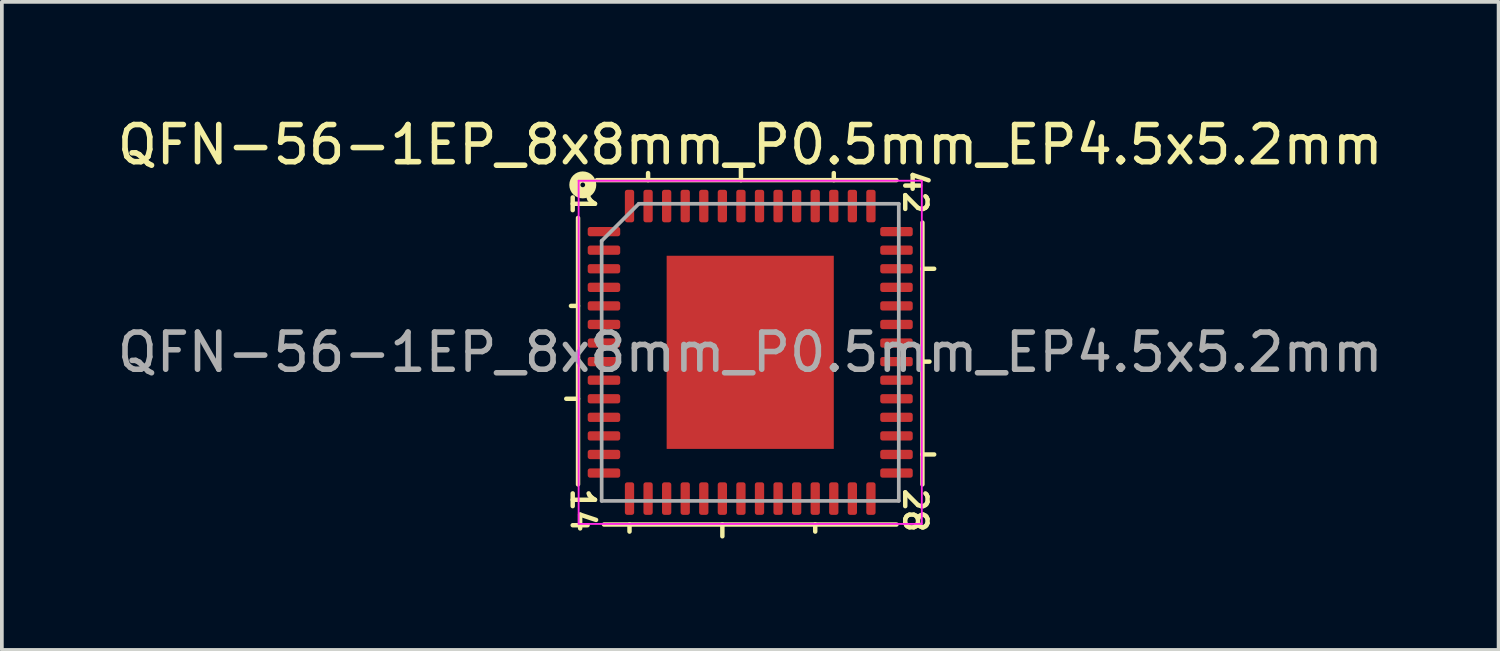
<source format=kicad_pcb>
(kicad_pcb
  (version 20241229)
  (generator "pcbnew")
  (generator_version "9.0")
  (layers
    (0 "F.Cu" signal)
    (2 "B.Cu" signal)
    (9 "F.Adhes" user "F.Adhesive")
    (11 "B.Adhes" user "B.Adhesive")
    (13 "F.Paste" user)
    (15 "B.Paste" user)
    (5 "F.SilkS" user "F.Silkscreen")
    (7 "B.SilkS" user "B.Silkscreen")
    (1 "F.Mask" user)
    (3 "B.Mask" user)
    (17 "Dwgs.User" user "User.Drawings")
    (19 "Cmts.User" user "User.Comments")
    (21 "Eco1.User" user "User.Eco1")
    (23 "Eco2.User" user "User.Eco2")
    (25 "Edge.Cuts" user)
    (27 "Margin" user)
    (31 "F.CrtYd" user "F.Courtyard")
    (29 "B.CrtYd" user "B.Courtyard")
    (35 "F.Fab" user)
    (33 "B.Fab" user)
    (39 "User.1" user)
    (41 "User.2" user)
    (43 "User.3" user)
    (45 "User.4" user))
  (footprint "QFN-56-1EP_8x8mm_P0.5mm_EP4.5x5.2mm"
    (layer "F.Cu")
    (at 17.149 6.436)
    (property "Reference" "QFN-56-1EP_8x8mm_P0.5mm_EP4.5x5.2mm" (at 0 -5.588 0) (layer "F.SilkS") (effects (font (size 1 1) (thickness 0.15))))
    (attr smd)
    (fp_line (start -4.636 -3.619) (end -4.636 3.556) (stroke (width 0.12) (type solid)) (layer "F.SilkS"))
    (fp_line (start -4.636 -1.25) (end -4.826 -1.25) (stroke (width 0.12) (type solid)) (layer "F.SilkS"))
    (fp_line (start -4.636 1.25) (end -4.953 1.25) (stroke (width 0.12) (type solid)) (layer "F.SilkS"))
    (fp_line (start -3.937 4.636) (end 3.937 4.636) (stroke (width 0.12) (type solid)) (layer "F.SilkS"))
    (fp_line (start -3.25 4.826) (end -3.25 4.636) (stroke (width 0.12) (type solid)) (layer "F.SilkS"))
    (fp_line (start -2.75 -4.636) (end -2.75 -4.826) (stroke (width 0.12) (type solid)) (layer "F.SilkS"))
    (fp_line (start -0.75 4.953) (end -0.75 4.636) (stroke (width 0.12) (type solid)) (layer "F.SilkS"))
    (fp_line (start -0.25 -4.636) (end -0.25 -4.953) (stroke (width 0.12) (type solid)) (layer "F.SilkS"))
    (fp_line (start 1.75 4.826) (end 1.75 4.636) (stroke (width 0.12) (type solid)) (layer "F.SilkS"))
    (fp_line (start 2.25 -4.636) (end 2.25 -4.826) (stroke (width 0.12) (type solid)) (layer "F.SilkS"))
    (fp_line (start 3.937 -4.636) (end -4.128 -4.636) (stroke (width 0.12) (type solid)) (layer "F.SilkS"))
    (fp_line (start 4.636 -2.25) (end 4.953 -2.25) (stroke (width 0.12) (type solid)) (layer "F.SilkS"))
    (fp_line (start 4.636 0.25) (end 4.826 0.25) (stroke (width 0.12) (type solid)) (layer "F.SilkS"))
    (fp_line (start 4.636 2.75) (end 4.953 2.75) (stroke (width 0.12) (type solid)) (layer "F.SilkS"))
    (fp_line (start 4.636 3.556) (end 4.636 -3.493) (stroke (width 0.12) (type solid)) (layer "F.SilkS"))
    (fp_circle (center -4.508 -4.508) (end -4.445 -4.508) (stroke (width 0.3) (type solid)) (fill no) (layer "F.SilkS"))
    (fp_line (start -4.62 -4.62) (end -4.62 4.62) (stroke (width 0.05) (type solid)) (layer "F.CrtYd"))
    (fp_line (start -4.62 4.62) (end 4.62 4.62) (stroke (width 0.05) (type solid)) (layer "F.CrtYd"))
    (fp_line (start 4.62 -4.62) (end -4.62 -4.62) (stroke (width 0.05) (type solid)) (layer "F.CrtYd"))
    (fp_line (start 4.62 4.62) (end 4.62 -4.62) (stroke (width 0.05) (type solid)) (layer "F.CrtYd"))
    (fp_line (start -4 -3) (end -3 -4) (stroke (width 0.1) (type solid)) (layer "F.Fab"))
    (fp_line (start -4 4) (end -4 -3) (stroke (width 0.1) (type solid)) (layer "F.Fab"))
    (fp_line (start -3 -4) (end 4 -4) (stroke (width 0.1) (type solid)) (layer "F.Fab"))
    (fp_line (start 4 -4) (end 4 4) (stroke (width 0.1) (type solid)) (layer "F.Fab"))
    (fp_line (start 4 4) (end -4 4) (stroke (width 0.1) (type solid)) (layer "F.Fab"))
    (fp_text user "28" (at 4.445 4.255 270) (unlocked yes) (layer "F.SilkS") (effects (font (size 0.6 0.6) (thickness 0.12))))
    (fp_text user "14" (at -4.508 4.255 270) (unlocked yes) (layer "F.SilkS") (effects (font (size 0.6 0.6) (thickness 0.12))))
    (fp_text user "42" (at 4.445 -4.318 270) (unlocked yes) (layer "F.SilkS") (effects (font (size 0.6 0.6) (thickness 0.12))))
    (fp_text user "1" (at -4.508 -4 270) (unlocked yes) (layer "F.SilkS") (effects (font (size 0.6 0.6) (thickness 0.12))))
    (fp_text user "${REFERENCE}" (at 0 0 0) (layer "F.Fab") (effects (font (size 1 1) (thickness 0.15))))
    (pad "" smd roundrect (at -1.68 -1.95) (size 0.91 1.05) (layers "F.Paste") (roundrect_rratio 0.25))
    (pad "" smd roundrect (at -1.68 -0.65) (size 0.91 1.05) (layers "F.Paste") (roundrect_rratio 0.25))
    (pad "" smd roundrect (at -1.68 0.65) (size 0.91 1.05) (layers "F.Paste") (roundrect_rratio 0.25))
    (pad "" smd roundrect (at -1.68 1.95) (size 0.91 1.05) (layers "F.Paste") (roundrect_rratio 0.25))
    (pad "" smd roundrect (at -0.56 -1.95) (size 0.91 1.05) (layers "F.Paste") (roundrect_rratio 0.25))
    (pad "" smd roundrect (at -0.56 -0.65) (size 0.91 1.05) (layers "F.Paste") (roundrect_rratio 0.25))
    (pad "" smd roundrect (at -0.56 0.65) (size 0.91 1.05) (layers "F.Paste") (roundrect_rratio 0.25))
    (pad "" smd roundrect (at -0.56 1.95) (size 0.91 1.05) (layers "F.Paste") (roundrect_rratio 0.25))
    (pad "" smd roundrect (at 0.56 -1.95) (size 0.91 1.05) (layers "F.Paste") (roundrect_rratio 0.25))
    (pad "" smd roundrect (at 0.56 -0.65) (size 0.91 1.05) (layers "F.Paste") (roundrect_rratio 0.25))
    (pad "" smd roundrect (at 0.56 0.65) (size 0.91 1.05) (layers "F.Paste") (roundrect_rratio 0.25))
    (pad "" smd roundrect (at 0.56 1.95) (size 0.91 1.05) (layers "F.Paste") (roundrect_rratio 0.25))
    (pad "" smd roundrect (at 1.68 -1.95) (size 0.91 1.05) (layers "F.Paste") (roundrect_rratio 0.25))
    (pad "" smd roundrect (at 1.68 -0.65) (size 0.91 1.05) (layers "F.Paste") (roundrect_rratio 0.25))
    (pad "" smd roundrect (at 1.68 0.65) (size 0.91 1.05) (layers "F.Paste") (roundrect_rratio 0.25))
    (pad "" smd roundrect (at 1.68 1.95) (size 0.91 1.05) (layers "F.Paste") (roundrect_rratio 0.25))
    (pad "1" smd roundrect (at -3.938 -3.25) (size 0.875 0.25) (layers "F.Cu" "F.Mask" "F.Paste") (roundrect_rratio 0.25))
    (pad "2" smd roundrect (at -3.938 -2.75) (size 0.875 0.25) (layers "F.Cu" "F.Mask" "F.Paste") (roundrect_rratio 0.25))
    (pad "3" smd roundrect (at -3.938 -2.25) (size 0.875 0.25) (layers "F.Cu" "F.Mask" "F.Paste") (roundrect_rratio 0.25))
    (pad "4" smd roundrect (at -3.938 -1.75) (size 0.875 0.25) (layers "F.Cu" "F.Mask" "F.Paste") (roundrect_rratio 0.25))
    (pad "5" smd roundrect (at -3.938 -1.25) (size 0.875 0.25) (layers "F.Cu" "F.Mask" "F.Paste") (roundrect_rratio 0.25))
    (pad "6" smd roundrect (at -3.938 -0.75) (size 0.875 0.25) (layers "F.Cu" "F.Mask" "F.Paste") (roundrect_rratio 0.25))
    (pad "7" smd roundrect (at -3.938 -0.25) (size 0.875 0.25) (layers "F.Cu" "F.Mask" "F.Paste") (roundrect_rratio 0.25))
    (pad "8" smd roundrect (at -3.938 0.25) (size 0.875 0.25) (layers "F.Cu" "F.Mask" "F.Paste") (roundrect_rratio 0.25))
    (pad "9" smd roundrect (at -3.938 0.75) (size 0.875 0.25) (layers "F.Cu" "F.Mask" "F.Paste") (roundrect_rratio 0.25))
    (pad "10" smd roundrect (at -3.938 1.25) (size 0.875 0.25) (layers "F.Cu" "F.Mask" "F.Paste") (roundrect_rratio 0.25))
    (pad "11" smd roundrect (at -3.938 1.75) (size 0.875 0.25) (layers "F.Cu" "F.Mask" "F.Paste") (roundrect_rratio 0.25))
    (pad "12" smd roundrect (at -3.938 2.25) (size 0.875 0.25) (layers "F.Cu" "F.Mask" "F.Paste") (roundrect_rratio 0.25))
    (pad "13" smd roundrect (at -3.938 2.75) (size 0.875 0.25) (layers "F.Cu" "F.Mask" "F.Paste") (roundrect_rratio 0.25))
    (pad "14" smd roundrect (at -3.938 3.25) (size 0.875 0.25) (layers "F.Cu" "F.Mask" "F.Paste") (roundrect_rratio 0.25))
    (pad "15" smd roundrect (at -3.25 3.938) (size 0.25 0.875) (layers "F.Cu" "F.Mask" "F.Paste") (roundrect_rratio 0.25))
    (pad "16" smd roundrect (at -2.75 3.938) (size 0.25 0.875) (layers "F.Cu" "F.Mask" "F.Paste") (roundrect_rratio 0.25))
    (pad "17" smd roundrect (at -2.25 3.938) (size 0.25 0.875) (layers "F.Cu" "F.Mask" "F.Paste") (roundrect_rratio 0.25))
    (pad "18" smd roundrect (at -1.75 3.938) (size 0.25 0.875) (layers "F.Cu" "F.Mask" "F.Paste") (roundrect_rratio 0.25))
    (pad "19" smd roundrect (at -1.25 3.938) (size 0.25 0.875) (layers "F.Cu" "F.Mask" "F.Paste") (roundrect_rratio 0.25))
    (pad "20" smd roundrect (at -0.75 3.938) (size 0.25 0.875) (layers "F.Cu" "F.Mask" "F.Paste") (roundrect_rratio 0.25))
    (pad "21" smd roundrect (at -0.25 3.938) (size 0.25 0.875) (layers "F.Cu" "F.Mask" "F.Paste") (roundrect_rratio 0.25))
    (pad "22" smd roundrect (at 0.25 3.938) (size 0.25 0.875) (layers "F.Cu" "F.Mask" "F.Paste") (roundrect_rratio 0.25))
    (pad "23" smd roundrect (at 0.75 3.938) (size 0.25 0.875) (layers "F.Cu" "F.Mask" "F.Paste") (roundrect_rratio 0.25))
    (pad "24" smd roundrect (at 1.25 3.938) (size 0.25 0.875) (layers "F.Cu" "F.Mask" "F.Paste") (roundrect_rratio 0.25))
    (pad "25" smd roundrect (at 1.75 3.938) (size 0.25 0.875) (layers "F.Cu" "F.Mask" "F.Paste") (roundrect_rratio 0.25))
    (pad "26" smd roundrect (at 2.25 3.938) (size 0.25 0.875) (layers "F.Cu" "F.Mask" "F.Paste") (roundrect_rratio 0.25))
    (pad "27" smd roundrect (at 2.75 3.938) (size 0.25 0.875) (layers "F.Cu" "F.Mask" "F.Paste") (roundrect_rratio 0.25))
    (pad "28" smd roundrect (at 3.25 3.938) (size 0.25 0.875) (layers "F.Cu" "F.Mask" "F.Paste") (roundrect_rratio 0.25))
    (pad "29" smd roundrect (at 3.938 3.25) (size 0.875 0.25) (layers "F.Cu" "F.Mask" "F.Paste") (roundrect_rratio 0.25))
    (pad "30" smd roundrect (at 3.938 2.75) (size 0.875 0.25) (layers "F.Cu" "F.Mask" "F.Paste") (roundrect_rratio 0.25))
    (pad "31" smd roundrect (at 3.938 2.25) (size 0.875 0.25) (layers "F.Cu" "F.Mask" "F.Paste") (roundrect_rratio 0.25))
    (pad "32" smd roundrect (at 3.938 1.75) (size 0.875 0.25) (layers "F.Cu" "F.Mask" "F.Paste") (roundrect_rratio 0.25))
    (pad "33" smd roundrect (at 3.938 1.25) (size 0.875 0.25) (layers "F.Cu" "F.Mask" "F.Paste") (roundrect_rratio 0.25))
    (pad "34" smd roundrect (at 3.938 0.75) (size 0.875 0.25) (layers "F.Cu" "F.Mask" "F.Paste") (roundrect_rratio 0.25))
    (pad "35" smd roundrect (at 3.938 0.25) (size 0.875 0.25) (layers "F.Cu" "F.Mask" "F.Paste") (roundrect_rratio 0.25))
    (pad "36" smd roundrect (at 3.938 -0.25) (size 0.875 0.25) (layers "F.Cu" "F.Mask" "F.Paste") (roundrect_rratio 0.25))
    (pad "37" smd roundrect (at 3.938 -0.75) (size 0.875 0.25) (layers "F.Cu" "F.Mask" "F.Paste") (roundrect_rratio 0.25))
    (pad "38" smd roundrect (at 3.938 -1.25) (size 0.875 0.25) (layers "F.Cu" "F.Mask" "F.Paste") (roundrect_rratio 0.25))
    (pad "39" smd roundrect (at 3.938 -1.75) (size 0.875 0.25) (layers "F.Cu" "F.Mask" "F.Paste") (roundrect_rratio 0.25))
    (pad "40" smd roundrect (at 3.938 -2.25) (size 0.875 0.25) (layers "F.Cu" "F.Mask" "F.Paste") (roundrect_rratio 0.25))
    (pad "41" smd roundrect (at 3.938 -2.75) (size 0.875 0.25) (layers "F.Cu" "F.Mask" "F.Paste") (roundrect_rratio 0.25))
    (pad "42" smd roundrect (at 3.938 -3.25) (size 0.875 0.25) (layers "F.Cu" "F.Mask" "F.Paste") (roundrect_rratio 0.25))
    (pad "43" smd roundrect (at 3.25 -3.938) (size 0.25 0.875) (layers "F.Cu" "F.Mask" "F.Paste") (roundrect_rratio 0.25))
    (pad "44" smd roundrect (at 2.75 -3.938) (size 0.25 0.875) (layers "F.Cu" "F.Mask" "F.Paste") (roundrect_rratio 0.25))
    (pad "45" smd roundrect (at 2.25 -3.938) (size 0.25 0.875) (layers "F.Cu" "F.Mask" "F.Paste") (roundrect_rratio 0.25))
    (pad "46" smd roundrect (at 1.75 -3.938) (size 0.25 0.875) (layers "F.Cu" "F.Mask" "F.Paste") (roundrect_rratio 0.25))
    (pad "47" smd roundrect (at 1.25 -3.938) (size 0.25 0.875) (layers "F.Cu" "F.Mask" "F.Paste") (roundrect_rratio 0.25))
    (pad "48" smd roundrect (at 0.75 -3.938) (size 0.25 0.875) (layers "F.Cu" "F.Mask" "F.Paste") (roundrect_rratio 0.25))
    (pad "49" smd roundrect (at 0.25 -3.938) (size 0.25 0.875) (layers "F.Cu" "F.Mask" "F.Paste") (roundrect_rratio 0.25))
    (pad "50" smd roundrect (at -0.25 -3.938) (size 0.25 0.875) (layers "F.Cu" "F.Mask" "F.Paste") (roundrect_rratio 0.25))
    (pad "51" smd roundrect (at -0.75 -3.938) (size 0.25 0.875) (layers "F.Cu" "F.Mask" "F.Paste") (roundrect_rratio 0.25))
    (pad "52" smd roundrect (at -1.25 -3.938) (size 0.25 0.875) (layers "F.Cu" "F.Mask" "F.Paste") (roundrect_rratio 0.25))
    (pad "53" smd roundrect (at -1.75 -3.938) (size 0.25 0.875) (layers "F.Cu" "F.Mask" "F.Paste") (roundrect_rratio 0.25))
    (pad "54" smd roundrect (at -2.25 -3.938) (size 0.25 0.875) (layers "F.Cu" "F.Mask" "F.Paste") (roundrect_rratio 0.25))
    (pad "55" smd roundrect (at -2.75 -3.938) (size 0.25 0.875) (layers "F.Cu" "F.Mask" "F.Paste") (roundrect_rratio 0.25))
    (pad "56" smd roundrect (at -3.25 -3.938) (size 0.25 0.875) (layers "F.Cu" "F.Mask" "F.Paste") (roundrect_rratio 0.25))
    (pad "57" smd rect (at 0 0) (size 4.5 5.2) (layers "F.Cu" "F.Mask")))
  (gr_rect
    (start -3 -3)
    (end 37.298 14.449)
    (stroke (width 0.1) (type default))
    (fill no)
    (layer "Edge.Cuts")))
</source>
